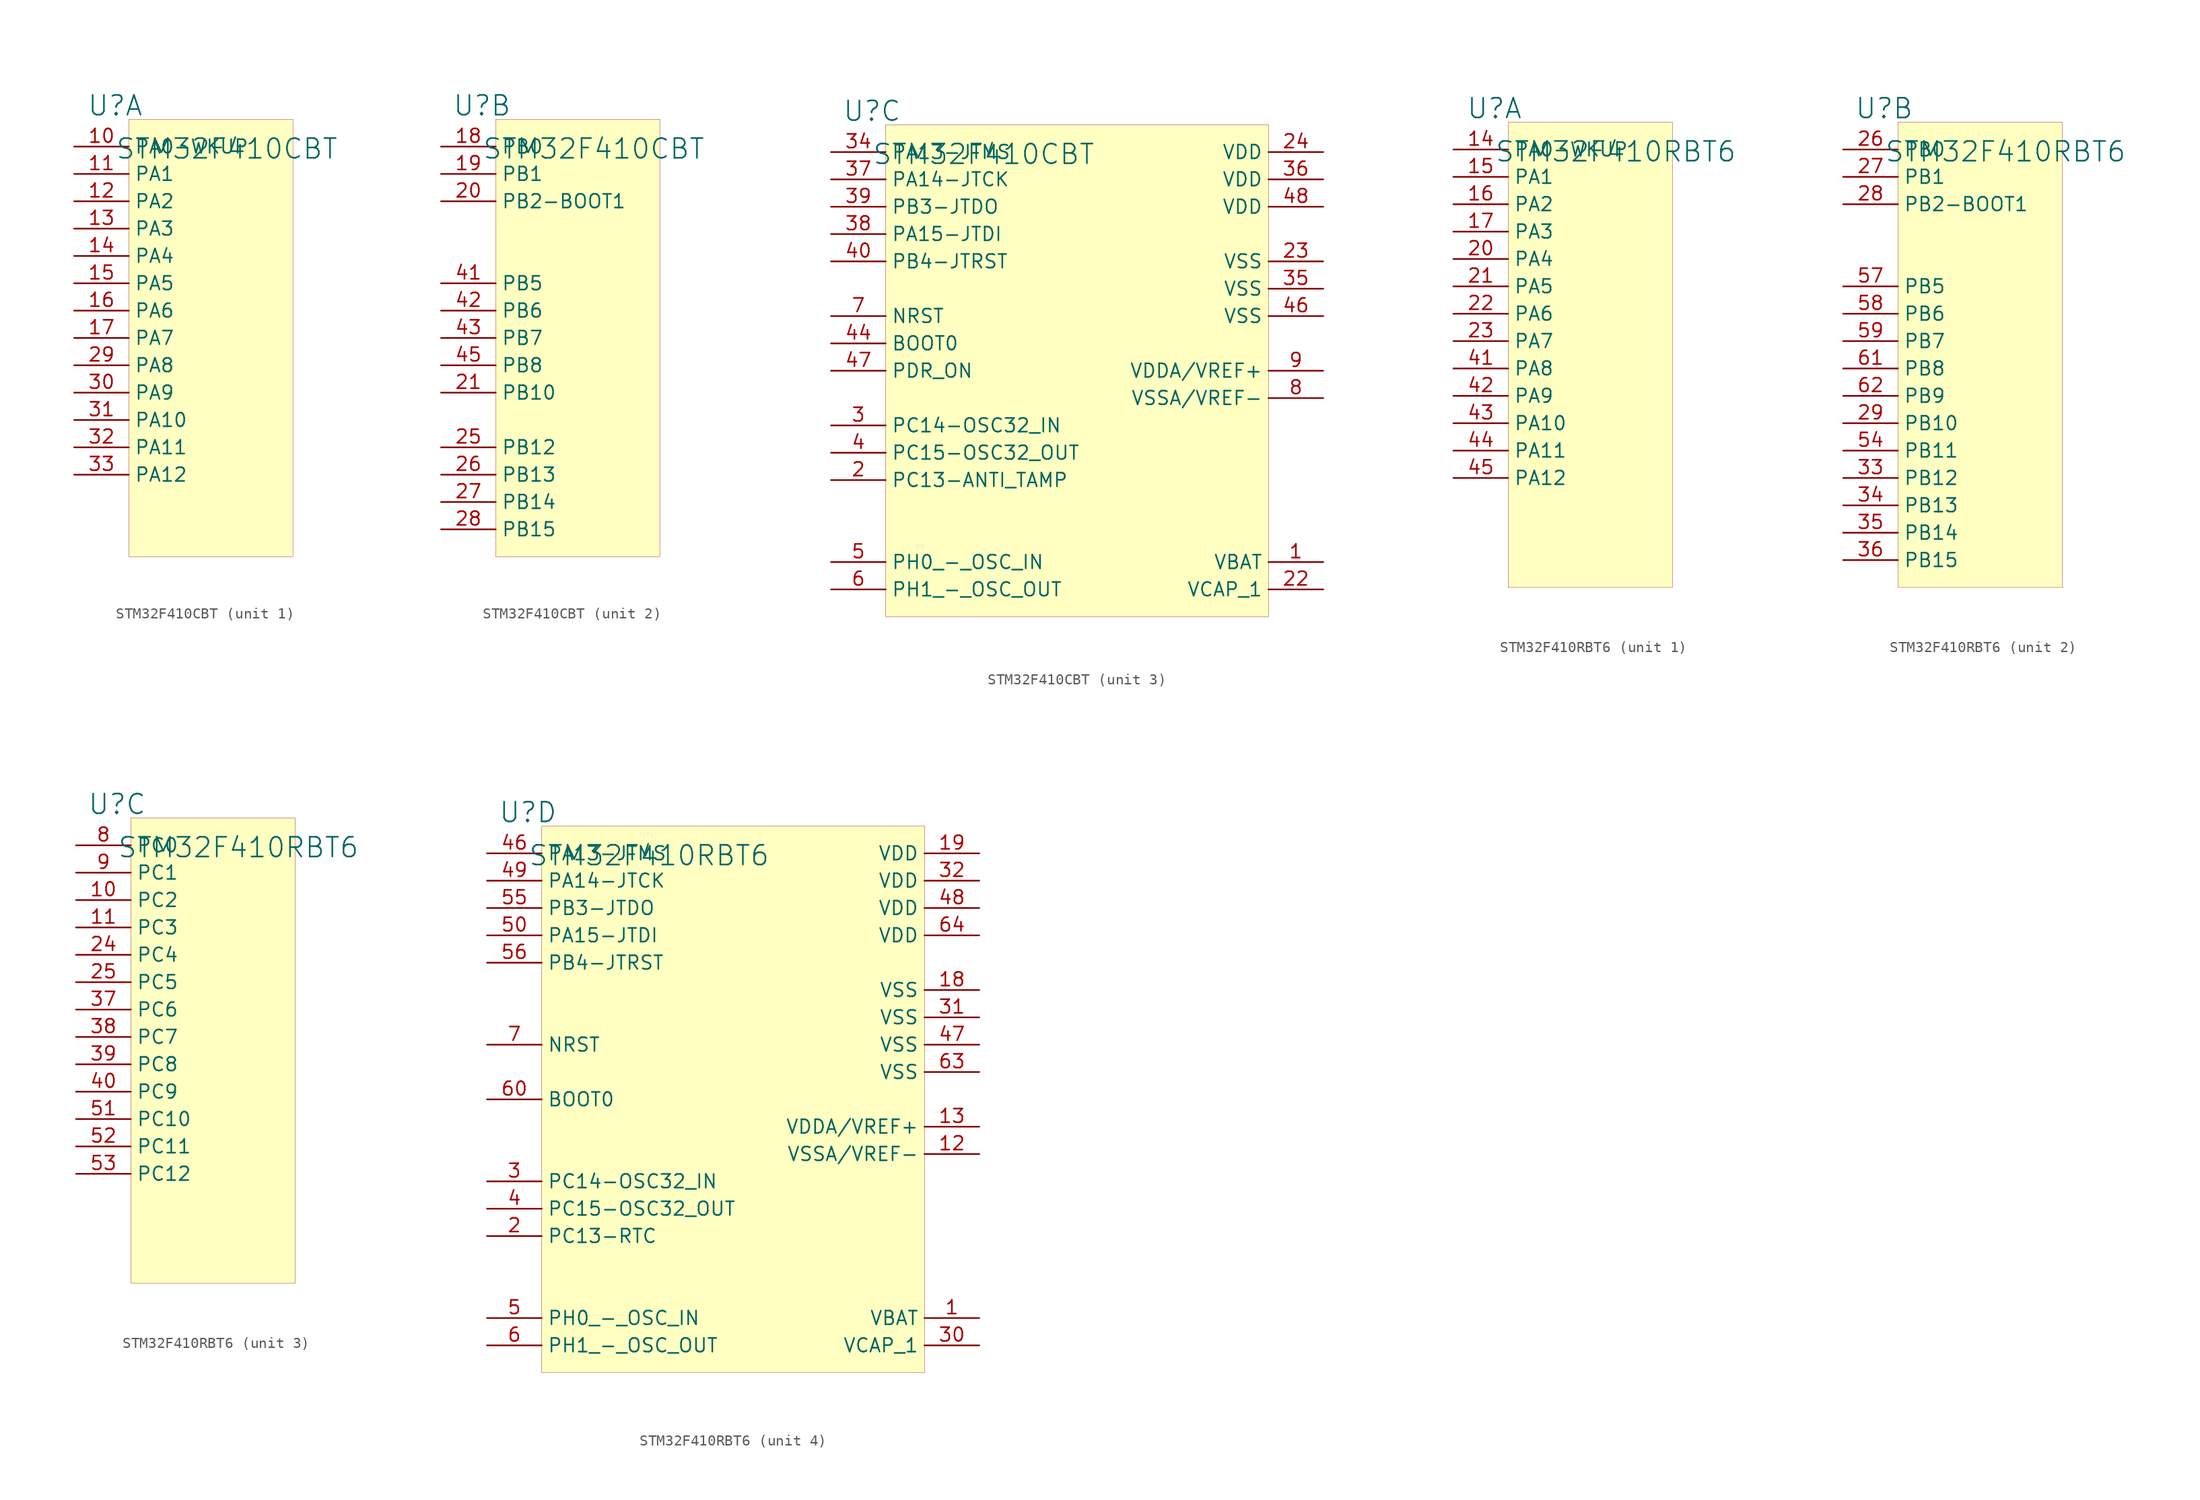
<source format=kicad_sym>
(kicad_symbol_lib
  (version 20231120)
  (generator "kicad_symbol_editor")
  (generator_version "8.0")
  (symbol "STM32F410CBT"
    (property "Reference" "U"
      (at -1.27 1.27 0)
      (effects (font (size 1.829 1.829))))
    (property "Value" "STM32F410CBT"
      (at -1.27 -3.81 0)
      (effects (font (size 1.829 1.829)) (justify left bottom)))
    (symbol "STM32F410CBT_1_0"
      (rectangle (start 15.24 0) (end 0 -40.64) (stroke (width 0.025) (type solid) (color 128 0 0 1)) (fill (type background)))
      (pin passive line (at -5.08 -2.54 0) (length 5.08) (name "PA0-WKUP" (effects (font (size 1.27 1.27)))) (number "10" (effects (font (size 1.27 1.27)))))
      (pin passive line (at -5.08 -5.08 0) (length 5.08) (name "PA1" (effects (font (size 1.27 1.27)))) (number "11" (effects (font (size 1.27 1.27)))))
      (pin passive line (at -5.08 -7.62 0) (length 5.08) (name "PA2" (effects (font (size 1.27 1.27)))) (number "12" (effects (font (size 1.27 1.27)))))
      (pin passive line (at -5.08 -10.16 0) (length 5.08) (name "PA3" (effects (font (size 1.27 1.27)))) (number "13" (effects (font (size 1.27 1.27)))))
      (pin passive line (at -5.08 -12.7 0) (length 5.08) (name "PA4" (effects (font (size 1.27 1.27)))) (number "14" (effects (font (size 1.27 1.27)))))
      (pin passive line (at -5.08 -15.24 0) (length 5.08) (name "PA5" (effects (font (size 1.27 1.27)))) (number "15" (effects (font (size 1.27 1.27)))))
      (pin passive line (at -5.08 -17.78 0) (length 5.08) (name "PA6" (effects (font (size 1.27 1.27)))) (number "16" (effects (font (size 1.27 1.27)))))
      (pin passive line (at -5.08 -20.32 0) (length 5.08) (name "PA7" (effects (font (size 1.27 1.27)))) (number "17" (effects (font (size 1.27 1.27)))))
      (pin passive line (at -5.08 -22.86 0) (length 5.08) (name "PA8" (effects (font (size 1.27 1.27)))) (number "29" (effects (font (size 1.27 1.27)))))
      (pin passive line (at -5.08 -25.4 0) (length 5.08) (name "PA9" (effects (font (size 1.27 1.27)))) (number "30" (effects (font (size 1.27 1.27)))))
      (pin passive line (at -5.08 -27.94 0) (length 5.08) (name "PA10" (effects (font (size 1.27 1.27)))) (number "31" (effects (font (size 1.27 1.27)))))
      (pin passive line (at -5.08 -30.48 0) (length 5.08) (name "PA11" (effects (font (size 1.27 1.27)))) (number "32" (effects (font (size 1.27 1.27)))))
      (pin passive line (at -5.08 -33.02 0) (length 5.08) (name "PA12" (effects (font (size 1.27 1.27)))) (number "33" (effects (font (size 1.27 1.27))))))
    (symbol "STM32F410CBT_2_0"
      (rectangle (start 15.24 0) (end 0 -40.64) (stroke (width 0.025) (type solid) (color 128 0 0 1)) (fill (type background)))
      (pin passive line (at -5.08 -2.54 0) (length 5.08) (name "PB0" (effects (font (size 1.27 1.27)))) (number "18" (effects (font (size 1.27 1.27)))))
      (pin passive line (at -5.08 -5.08 0) (length 5.08) (name "PB1" (effects (font (size 1.27 1.27)))) (number "19" (effects (font (size 1.27 1.27)))))
      (pin passive line (at -5.08 -7.62 0) (length 5.08) (name "PB2-BOOT1" (effects (font (size 1.27 1.27)))) (number "20" (effects (font (size 1.27 1.27)))))
      (pin passive line (at -5.08 -25.4 0) (length 5.08) (name "PB10" (effects (font (size 1.27 1.27)))) (number "21" (effects (font (size 1.27 1.27)))))
      (pin passive line (at -5.08 -30.48 0) (length 5.08) (name "PB12" (effects (font (size 1.27 1.27)))) (number "25" (effects (font (size 1.27 1.27)))))
      (pin passive line (at -5.08 -33.02 0) (length 5.08) (name "PB13" (effects (font (size 1.27 1.27)))) (number "26" (effects (font (size 1.27 1.27)))))
      (pin passive line (at -5.08 -35.56 0) (length 5.08) (name "PB14" (effects (font (size 1.27 1.27)))) (number "27" (effects (font (size 1.27 1.27)))))
      (pin passive line (at -5.08 -38.1 0) (length 5.08) (name "PB15" (effects (font (size 1.27 1.27)))) (number "28" (effects (font (size 1.27 1.27)))))
      (pin passive line (at -5.08 -15.24 0) (length 5.08) (name "PB5" (effects (font (size 1.27 1.27)))) (number "41" (effects (font (size 1.27 1.27)))))
      (pin passive line (at -5.08 -17.78 0) (length 5.08) (name "PB6" (effects (font (size 1.27 1.27)))) (number "42" (effects (font (size 1.27 1.27)))))
      (pin passive line (at -5.08 -20.32 0) (length 5.08) (name "PB7" (effects (font (size 1.27 1.27)))) (number "43" (effects (font (size 1.27 1.27)))))
      (pin passive line (at -5.08 -22.86 0) (length 5.08) (name "PB8" (effects (font (size 1.27 1.27)))) (number "45" (effects (font (size 1.27 1.27))))))
    (symbol "STM32F410CBT_3_0"
      (rectangle (start 35.56 0) (end 0 -45.72) (stroke (width 0.025) (type solid) (color 128 0 0 1)) (fill (type background)))
      (pin passive line (at 40.64 -40.64 180) (length 5.08) (name "VBAT" (effects (font (size 1.27 1.27)))) (number "1" (effects (font (size 1.27 1.27)))))
      (pin passive line (at -5.08 -33.02 0) (length 5.08) (name "PC13-ANTI_TAMP" (effects (font (size 1.27 1.27)))) (number "2" (effects (font (size 1.27 1.27)))))
      (pin passive line (at 40.64 -43.18 180) (length 5.08) (name "VCAP_1" (effects (font (size 1.27 1.27)))) (number "22" (effects (font (size 1.27 1.27)))))
      (pin passive line (at 40.64 -12.7 180) (length 5.08) (name "VSS" (effects (font (size 1.27 1.27)))) (number "23" (effects (font (size 1.27 1.27)))))
      (pin passive line (at 40.64 -2.54 180) (length 5.08) (name "VDD" (effects (font (size 1.27 1.27)))) (number "24" (effects (font (size 1.27 1.27)))))
      (pin passive line (at -5.08 -27.94 0) (length 5.08) (name "PC14-OSC32_IN" (effects (font (size 1.27 1.27)))) (number "3" (effects (font (size 1.27 1.27)))))
      (pin passive line (at -5.08 -2.54 0) (length 5.08) (name "PA13-JTMS" (effects (font (size 1.27 1.27)))) (number "34" (effects (font (size 1.27 1.27)))))
      (pin passive line (at 40.64 -15.24 180) (length 5.08) (name "VSS" (effects (font (size 1.27 1.27)))) (number "35" (effects (font (size 1.27 1.27)))))
      (pin passive line (at 40.64 -5.08 180) (length 5.08) (name "VDD" (effects (font (size 1.27 1.27)))) (number "36" (effects (font (size 1.27 1.27)))))
      (pin passive line (at -5.08 -5.08 0) (length 5.08) (name "PA14-JTCK" (effects (font (size 1.27 1.27)))) (number "37" (effects (font (size 1.27 1.27)))))
      (pin passive line (at -5.08 -10.16 0) (length 5.08) (name "PA15-JTDI" (effects (font (size 1.27 1.27)))) (number "38" (effects (font (size 1.27 1.27)))))
      (pin passive line (at -5.08 -7.62 0) (length 5.08) (name "PB3-JTDO" (effects (font (size 1.27 1.27)))) (number "39" (effects (font (size 1.27 1.27)))))
      (pin passive line (at -5.08 -30.48 0) (length 5.08) (name "PC15-OSC32_OUT" (effects (font (size 1.27 1.27)))) (number "4" (effects (font (size 1.27 1.27)))))
      (pin passive line (at -5.08 -12.7 0) (length 5.08) (name "PB4-JTRST" (effects (font (size 1.27 1.27)))) (number "40" (effects (font (size 1.27 1.27)))))
      (pin passive line (at -5.08 -20.32 0) (length 5.08) (name "BOOT0" (effects (font (size 1.27 1.27)))) (number "44" (effects (font (size 1.27 1.27)))))
      (pin passive line (at 40.64 -17.78 180) (length 5.08) (name "VSS" (effects (font (size 1.27 1.27)))) (number "46" (effects (font (size 1.27 1.27)))))
      (pin passive line (at -5.08 -22.86 0) (length 5.08) (name "PDR_ON" (effects (font (size 1.27 1.27)))) (number "47" (effects (font (size 1.27 1.27)))))
      (pin passive line (at 40.64 -7.62 180) (length 5.08) (name "VDD" (effects (font (size 1.27 1.27)))) (number "48" (effects (font (size 1.27 1.27)))))
      (pin passive line (at -5.08 -40.64 0) (length 5.08) (name "PH0_-_OSC_IN" (effects (font (size 1.27 1.27)))) (number "5" (effects (font (size 1.27 1.27)))))
      (pin passive line (at -5.08 -43.18 0) (length 5.08) (name "PH1_-_OSC_OUT" (effects (font (size 1.27 1.27)))) (number "6" (effects (font (size 1.27 1.27)))))
      (pin passive line (at -5.08 -17.78 0) (length 5.08) (name "NRST" (effects (font (size 1.27 1.27)))) (number "7" (effects (font (size 1.27 1.27)))))
      (pin passive line (at 40.64 -25.4 180) (length 5.08) (name "VSSA/VREF-" (effects (font (size 1.27 1.27)))) (number "8" (effects (font (size 1.27 1.27)))))
      (pin passive line (at 40.64 -22.86 180) (length 5.08) (name "VDDA/VREF+" (effects (font (size 1.27 1.27)))) (number "9" (effects (font (size 1.27 1.27)))))))
  (symbol "STM32F410RBT6"
    (property "Reference" "U"
      (at -1.27 1.27 0)
      (effects (font (size 1.829 1.829))))
    (property "Value" "STM32F410RBT6"
      (at -1.27 -3.81 0)
      (effects (font (size 1.829 1.829)) (justify left bottom)))
    (symbol "STM32F410RBT6_1_0"
      (rectangle (start 15.24 0) (end 0 -43.18) (stroke (width 0.025) (type solid) (color 128 0 0 1)) (fill (type background)))
      (pin passive line (at -5.08 -2.54 0) (length 5.08) (name "PA0-WKUP" (effects (font (size 1.27 1.27)))) (number "14" (effects (font (size 1.27 1.27)))))
      (pin passive line (at -5.08 -5.08 0) (length 5.08) (name "PA1" (effects (font (size 1.27 1.27)))) (number "15" (effects (font (size 1.27 1.27)))))
      (pin passive line (at -5.08 -7.62 0) (length 5.08) (name "PA2" (effects (font (size 1.27 1.27)))) (number "16" (effects (font (size 1.27 1.27)))))
      (pin passive line (at -5.08 -10.16 0) (length 5.08) (name "PA3" (effects (font (size 1.27 1.27)))) (number "17" (effects (font (size 1.27 1.27)))))
      (pin passive line (at -5.08 -12.7 0) (length 5.08) (name "PA4" (effects (font (size 1.27 1.27)))) (number "20" (effects (font (size 1.27 1.27)))))
      (pin passive line (at -5.08 -15.24 0) (length 5.08) (name "PA5" (effects (font (size 1.27 1.27)))) (number "21" (effects (font (size 1.27 1.27)))))
      (pin passive line (at -5.08 -17.78 0) (length 5.08) (name "PA6" (effects (font (size 1.27 1.27)))) (number "22" (effects (font (size 1.27 1.27)))))
      (pin passive line (at -5.08 -20.32 0) (length 5.08) (name "PA7" (effects (font (size 1.27 1.27)))) (number "23" (effects (font (size 1.27 1.27)))))
      (pin passive line (at -5.08 -22.86 0) (length 5.08) (name "PA8" (effects (font (size 1.27 1.27)))) (number "41" (effects (font (size 1.27 1.27)))))
      (pin passive line (at -5.08 -25.4 0) (length 5.08) (name "PA9" (effects (font (size 1.27 1.27)))) (number "42" (effects (font (size 1.27 1.27)))))
      (pin passive line (at -5.08 -27.94 0) (length 5.08) (name "PA10" (effects (font (size 1.27 1.27)))) (number "43" (effects (font (size 1.27 1.27)))))
      (pin passive line (at -5.08 -30.48 0) (length 5.08) (name "PA11" (effects (font (size 1.27 1.27)))) (number "44" (effects (font (size 1.27 1.27)))))
      (pin passive line (at -5.08 -33.02 0) (length 5.08) (name "PA12" (effects (font (size 1.27 1.27)))) (number "45" (effects (font (size 1.27 1.27))))))
    (symbol "STM32F410RBT6_2_0"
      (rectangle (start 15.24 0) (end 0 -43.18) (stroke (width 0.025) (type solid) (color 128 0 0 1)) (fill (type background)))
      (pin passive line (at -5.08 -2.54 0) (length 5.08) (name "PB0" (effects (font (size 1.27 1.27)))) (number "26" (effects (font (size 1.27 1.27)))))
      (pin passive line (at -5.08 -5.08 0) (length 5.08) (name "PB1" (effects (font (size 1.27 1.27)))) (number "27" (effects (font (size 1.27 1.27)))))
      (pin passive line (at -5.08 -7.62 0) (length 5.08) (name "PB2-BOOT1" (effects (font (size 1.27 1.27)))) (number "28" (effects (font (size 1.27 1.27)))))
      (pin passive line (at -5.08 -27.94 0) (length 5.08) (name "PB10" (effects (font (size 1.27 1.27)))) (number "29" (effects (font (size 1.27 1.27)))))
      (pin passive line (at -5.08 -33.02 0) (length 5.08) (name "PB12" (effects (font (size 1.27 1.27)))) (number "33" (effects (font (size 1.27 1.27)))))
      (pin passive line (at -5.08 -35.56 0) (length 5.08) (name "PB13" (effects (font (size 1.27 1.27)))) (number "34" (effects (font (size 1.27 1.27)))))
      (pin passive line (at -5.08 -38.1 0) (length 5.08) (name "PB14" (effects (font (size 1.27 1.27)))) (number "35" (effects (font (size 1.27 1.27)))))
      (pin passive line (at -5.08 -40.64 0) (length 5.08) (name "PB15" (effects (font (size 1.27 1.27)))) (number "36" (effects (font (size 1.27 1.27)))))
      (pin passive line (at -5.08 -30.48 0) (length 5.08) (name "PB11" (effects (font (size 1.27 1.27)))) (number "54" (effects (font (size 1.27 1.27)))))
      (pin passive line (at -5.08 -15.24 0) (length 5.08) (name "PB5" (effects (font (size 1.27 1.27)))) (number "57" (effects (font (size 1.27 1.27)))))
      (pin passive line (at -5.08 -17.78 0) (length 5.08) (name "PB6" (effects (font (size 1.27 1.27)))) (number "58" (effects (font (size 1.27 1.27)))))
      (pin passive line (at -5.08 -20.32 0) (length 5.08) (name "PB7" (effects (font (size 1.27 1.27)))) (number "59" (effects (font (size 1.27 1.27)))))
      (pin passive line (at -5.08 -22.86 0) (length 5.08) (name "PB8" (effects (font (size 1.27 1.27)))) (number "61" (effects (font (size 1.27 1.27)))))
      (pin passive line (at -5.08 -25.4 0) (length 5.08) (name "PB9" (effects (font (size 1.27 1.27)))) (number "62" (effects (font (size 1.27 1.27))))))
    (symbol "STM32F410RBT6_3_0"
      (rectangle (start 15.24 0) (end 0 -43.18) (stroke (width 0.025) (type solid) (color 128 0 0 1)) (fill (type background)))
      (pin passive line (at -5.08 -7.62 0) (length 5.08) (name "PC2" (effects (font (size 1.27 1.27)))) (number "10" (effects (font (size 1.27 1.27)))))
      (pin passive line (at -5.08 -10.16 0) (length 5.08) (name "PC3" (effects (font (size 1.27 1.27)))) (number "11" (effects (font (size 1.27 1.27)))))
      (pin passive line (at -5.08 -12.7 0) (length 5.08) (name "PC4" (effects (font (size 1.27 1.27)))) (number "24" (effects (font (size 1.27 1.27)))))
      (pin passive line (at -5.08 -15.24 0) (length 5.08) (name "PC5" (effects (font (size 1.27 1.27)))) (number "25" (effects (font (size 1.27 1.27)))))
      (pin passive line (at -5.08 -17.78 0) (length 5.08) (name "PC6" (effects (font (size 1.27 1.27)))) (number "37" (effects (font (size 1.27 1.27)))))
      (pin passive line (at -5.08 -20.32 0) (length 5.08) (name "PC7" (effects (font (size 1.27 1.27)))) (number "38" (effects (font (size 1.27 1.27)))))
      (pin passive line (at -5.08 -22.86 0) (length 5.08) (name "PC8" (effects (font (size 1.27 1.27)))) (number "39" (effects (font (size 1.27 1.27)))))
      (pin passive line (at -5.08 -25.4 0) (length 5.08) (name "PC9" (effects (font (size 1.27 1.27)))) (number "40" (effects (font (size 1.27 1.27)))))
      (pin passive line (at -5.08 -27.94 0) (length 5.08) (name "PC10" (effects (font (size 1.27 1.27)))) (number "51" (effects (font (size 1.27 1.27)))))
      (pin passive line (at -5.08 -30.48 0) (length 5.08) (name "PC11" (effects (font (size 1.27 1.27)))) (number "52" (effects (font (size 1.27 1.27)))))
      (pin passive line (at -5.08 -33.02 0) (length 5.08) (name "PC12" (effects (font (size 1.27 1.27)))) (number "53" (effects (font (size 1.27 1.27)))))
      (pin passive line (at -5.08 -2.54 0) (length 5.08) (name "PC0" (effects (font (size 1.27 1.27)))) (number "8" (effects (font (size 1.27 1.27)))))
      (pin passive line (at -5.08 -5.08 0) (length 5.08) (name "PC1" (effects (font (size 1.27 1.27)))) (number "9" (effects (font (size 1.27 1.27))))))
    (symbol "STM32F410RBT6_4_0"
      (rectangle (start 35.56 0) (end 0 -50.8) (stroke (width 0.025) (type solid) (color 128 0 0 1)) (fill (type background)))
      (pin passive line (at 40.64 -45.72 180) (length 5.08) (name "VBAT" (effects (font (size 1.27 1.27)))) (number "1" (effects (font (size 1.27 1.27)))))
      (pin passive line (at 40.64 -30.48 180) (length 5.08) (name "VSSA/VREF-" (effects (font (size 1.27 1.27)))) (number "12" (effects (font (size 1.27 1.27)))))
      (pin passive line (at 40.64 -27.94 180) (length 5.08) (name "VDDA/VREF+" (effects (font (size 1.27 1.27)))) (number "13" (effects (font (size 1.27 1.27)))))
      (pin passive line (at 40.64 -15.24 180) (length 5.08) (name "VSS" (effects (font (size 1.27 1.27)))) (number "18" (effects (font (size 1.27 1.27)))))
      (pin passive line (at 40.64 -2.54 180) (length 5.08) (name "VDD" (effects (font (size 1.27 1.27)))) (number "19" (effects (font (size 1.27 1.27)))))
      (pin passive line (at -5.08 -38.1 0) (length 5.08) (name "PC13-RTC" (effects (font (size 1.27 1.27)))) (number "2" (effects (font (size 1.27 1.27)))))
      (pin passive line (at -5.08 -33.02 0) (length 5.08) (name "PC14-OSC32_IN" (effects (font (size 1.27 1.27)))) (number "3" (effects (font (size 1.27 1.27)))))
      (pin passive line (at 40.64 -48.26 180) (length 5.08) (name "VCAP_1" (effects (font (size 1.27 1.27)))) (number "30" (effects (font (size 1.27 1.27)))))
      (pin passive line (at 40.64 -17.78 180) (length 5.08) (name "VSS" (effects (font (size 1.27 1.27)))) (number "31" (effects (font (size 1.27 1.27)))))
      (pin passive line (at 40.64 -5.08 180) (length 5.08) (name "VDD" (effects (font (size 1.27 1.27)))) (number "32" (effects (font (size 1.27 1.27)))))
      (pin passive line (at -5.08 -35.56 0) (length 5.08) (name "PC15-OSC32_OUT" (effects (font (size 1.27 1.27)))) (number "4" (effects (font (size 1.27 1.27)))))
      (pin passive line (at -5.08 -2.54 0) (length 5.08) (name "PA13-JTMS" (effects (font (size 1.27 1.27)))) (number "46" (effects (font (size 1.27 1.27)))))
      (pin passive line (at 40.64 -20.32 180) (length 5.08) (name "VSS" (effects (font (size 1.27 1.27)))) (number "47" (effects (font (size 1.27 1.27)))))
      (pin passive line (at 40.64 -7.62 180) (length 5.08) (name "VDD" (effects (font (size 1.27 1.27)))) (number "48" (effects (font (size 1.27 1.27)))))
      (pin passive line (at -5.08 -5.08 0) (length 5.08) (name "PA14-JTCK" (effects (font (size 1.27 1.27)))) (number "49" (effects (font (size 1.27 1.27)))))
      (pin passive line (at -5.08 -45.72 0) (length 5.08) (name "PH0_-_OSC_IN" (effects (font (size 1.27 1.27)))) (number "5" (effects (font (size 1.27 1.27)))))
      (pin passive line (at -5.08 -10.16 0) (length 5.08) (name "PA15-JTDI" (effects (font (size 1.27 1.27)))) (number "50" (effects (font (size 1.27 1.27)))))
      (pin passive line (at -5.08 -7.62 0) (length 5.08) (name "PB3-JTDO" (effects (font (size 1.27 1.27)))) (number "55" (effects (font (size 1.27 1.27)))))
      (pin passive line (at -5.08 -12.7 0) (length 5.08) (name "PB4-JTRST" (effects (font (size 1.27 1.27)))) (number "56" (effects (font (size 1.27 1.27)))))
      (pin passive line (at -5.08 -48.26 0) (length 5.08) (name "PH1_-_OSC_OUT" (effects (font (size 1.27 1.27)))) (number "6" (effects (font (size 1.27 1.27)))))
      (pin passive line (at -5.08 -25.4 0) (length 5.08) (name "BOOT0" (effects (font (size 1.27 1.27)))) (number "60" (effects (font (size 1.27 1.27)))))
      (pin passive line (at 40.64 -22.86 180) (length 5.08) (name "VSS" (effects (font (size 1.27 1.27)))) (number "63" (effects (font (size 1.27 1.27)))))
      (pin passive line (at 40.64 -10.16 180) (length 5.08) (name "VDD" (effects (font (size 1.27 1.27)))) (number "64" (effects (font (size 1.27 1.27)))))
      (pin passive line (at -5.08 -20.32 0) (length 5.08) (name "NRST" (effects (font (size 1.27 1.27)))) (number "7" (effects (font (size 1.27 1.27))))))))
</source>
